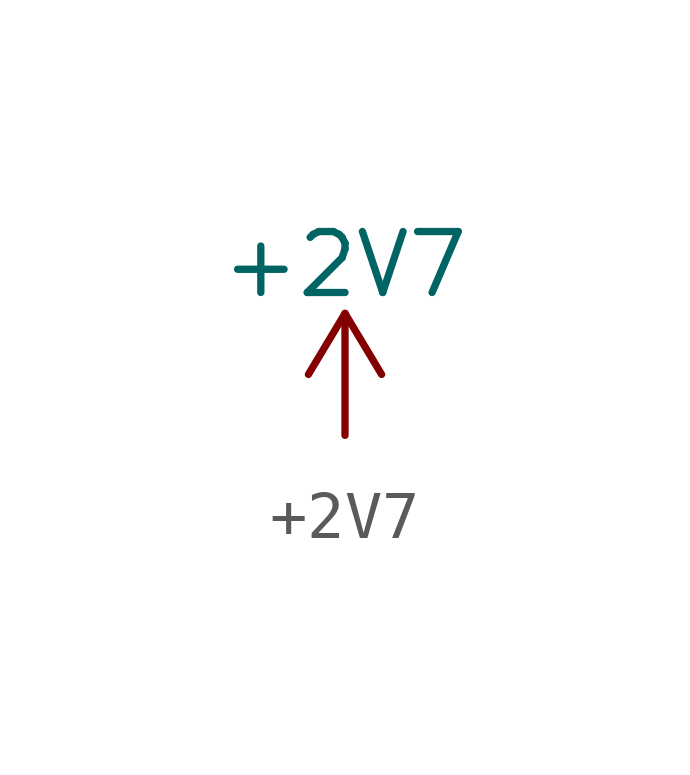
<source format=kicad_sym>
(kicad_symbol_lib
  (version 20220914)
  (generator kicad_symbol_editor)
  (symbol "+2V7"
    (power)
    (pin_names
      (offset 0))
    (property "Reference" "#PWR"
      (at 0 -3.81 0)
      (effects (font (size 1.27 1.27)) hide))
    (property "Value" "+2V7"
      (at 0 3.556 0)
      (effects (font (size 1.27 1.27))))
    (symbol "+2V7_0_1"
      (polyline (pts (xy -0.762 1.27) (xy 0 2.54)) (stroke (width 0) (type default)) (fill (type none)))
      (polyline (pts (xy 0 0) (xy 0 2.54)) (stroke (width 0) (type default)) (fill (type none)))
      (polyline (pts (xy 0 2.54) (xy 0.762 1.27)) (stroke (width 0) (type default)) (fill (type none))))
    (symbol "+2V7_1_1"
      (pin power_in line (at 0 0 90) (length 0) hide (name "+2V8" (effects (font (size 1.27 1.27)))) (number "1" (effects (font (size 1.27 1.27))))))))
</source>
